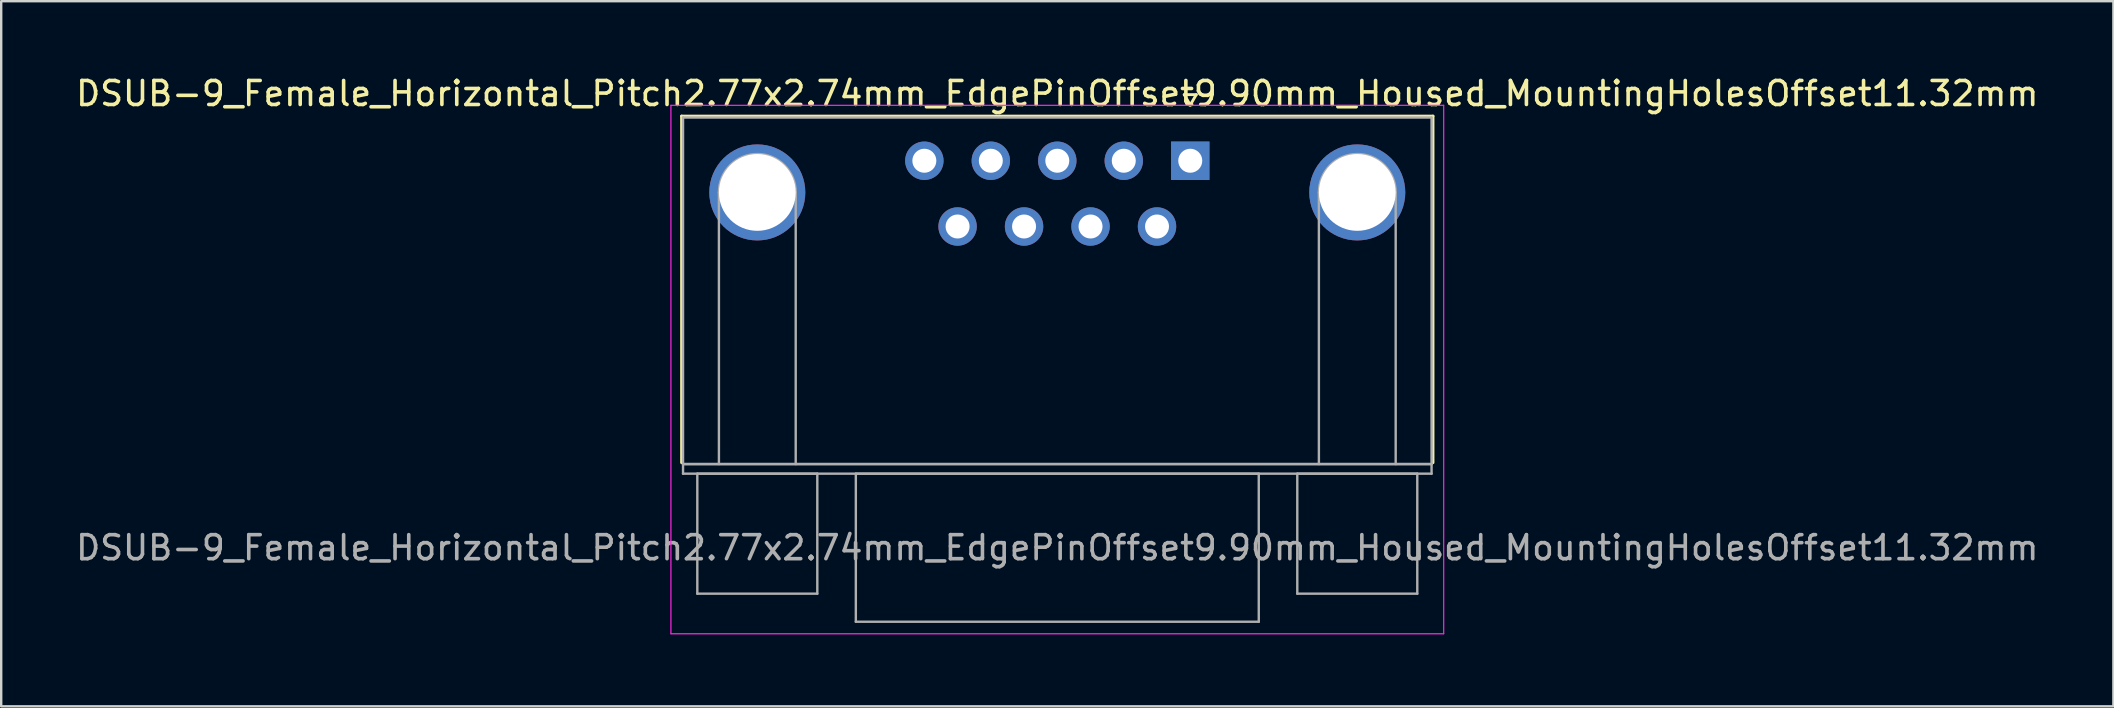
<source format=kicad_pcb>
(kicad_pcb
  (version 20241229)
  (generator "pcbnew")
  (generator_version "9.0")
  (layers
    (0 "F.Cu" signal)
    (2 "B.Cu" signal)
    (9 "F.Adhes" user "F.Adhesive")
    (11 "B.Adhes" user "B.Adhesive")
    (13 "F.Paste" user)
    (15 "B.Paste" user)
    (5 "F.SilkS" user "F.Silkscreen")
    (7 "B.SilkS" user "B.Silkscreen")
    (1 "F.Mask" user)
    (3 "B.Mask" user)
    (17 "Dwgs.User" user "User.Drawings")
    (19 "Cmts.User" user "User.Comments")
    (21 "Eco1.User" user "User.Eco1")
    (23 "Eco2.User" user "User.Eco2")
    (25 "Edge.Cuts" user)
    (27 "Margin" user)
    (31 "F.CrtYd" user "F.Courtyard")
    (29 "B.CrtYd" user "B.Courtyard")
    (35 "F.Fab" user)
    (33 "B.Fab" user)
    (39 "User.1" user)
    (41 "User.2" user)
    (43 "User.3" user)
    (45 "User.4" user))
  (footprint "DSUB-9_Female_Horizontal_Pitch2.77x2.74mm_EdgePinOffset9.90mm_Housed_MountingHolesOffset11.32mm"
    (layer "F.Cu")
    (at 46.546 3.648)
    (property "Reference" "DSUB-9_Female_Horizontal_Pitch2.77x2.74mm_EdgePinOffset9.90mm_Housed_MountingHolesOffset11.32mm" (at -5.54 -2.8 0) (layer "F.SilkS") (effects (font (size 1 1) (thickness 0.15))))
    (attr through_hole)
    (fp_line (start -21.195 -1.86) (end 10.115 -1.86) (stroke (width 0.12) (type solid)) (layer "F.SilkS"))
    (fp_line (start -21.195 12.58) (end -21.195 -1.86) (stroke (width 0.12) (type solid)) (layer "F.SilkS"))
    (fp_line (start -0.25 -2.754) (end 0.25 -2.754) (stroke (width 0.12) (type solid)) (layer "F.SilkS"))
    (fp_line (start 0 -2.321) (end -0.25 -2.754) (stroke (width 0.12) (type solid)) (layer "F.SilkS"))
    (fp_line (start 0.25 -2.754) (end 0 -2.321) (stroke (width 0.12) (type solid)) (layer "F.SilkS"))
    (fp_line (start 10.115 -1.86) (end 10.115 12.58) (stroke (width 0.12) (type solid)) (layer "F.SilkS"))
    (fp_line (start -21.64 -2.31) (end -21.64 19.71) (stroke (width 0.05) (type solid)) (layer "F.CrtYd"))
    (fp_line (start -21.64 19.71) (end 10.56 19.71) (stroke (width 0.05) (type solid)) (layer "F.CrtYd"))
    (fp_line (start 10.56 -2.31) (end -21.64 -2.31) (stroke (width 0.05) (type solid)) (layer "F.CrtYd"))
    (fp_line (start 10.56 19.71) (end 10.56 -2.31) (stroke (width 0.05) (type solid)) (layer "F.CrtYd"))
    (fp_line (start -21.135 -1.8) (end -21.135 12.64) (stroke (width 0.1) (type solid)) (layer "F.Fab"))
    (fp_line (start -21.135 12.64) (end -21.135 13.04) (stroke (width 0.1) (type solid)) (layer "F.Fab"))
    (fp_line (start -21.135 12.64) (end 10.055 12.64) (stroke (width 0.1) (type solid)) (layer "F.Fab"))
    (fp_line (start -21.135 13.04) (end 10.055 13.04) (stroke (width 0.1) (type solid)) (layer "F.Fab"))
    (fp_line (start -20.54 13.04) (end -20.54 18.04) (stroke (width 0.1) (type solid)) (layer "F.Fab"))
    (fp_line (start -20.54 18.04) (end -15.54 18.04) (stroke (width 0.1) (type solid)) (layer "F.Fab"))
    (fp_line (start -19.64 12.64) (end -19.64 1.32) (stroke (width 0.1) (type solid)) (layer "F.Fab"))
    (fp_line (start -16.44 12.64) (end -16.44 1.32) (stroke (width 0.1) (type solid)) (layer "F.Fab"))
    (fp_line (start -15.54 13.04) (end -20.54 13.04) (stroke (width 0.1) (type solid)) (layer "F.Fab"))
    (fp_line (start -15.54 18.04) (end -15.54 13.04) (stroke (width 0.1) (type solid)) (layer "F.Fab"))
    (fp_line (start -13.935 13.04) (end -13.935 19.21) (stroke (width 0.1) (type solid)) (layer "F.Fab"))
    (fp_line (start -13.935 19.21) (end 2.855 19.21) (stroke (width 0.1) (type solid)) (layer "F.Fab"))
    (fp_line (start 2.855 13.04) (end -13.935 13.04) (stroke (width 0.1) (type solid)) (layer "F.Fab"))
    (fp_line (start 2.855 19.21) (end 2.855 13.04) (stroke (width 0.1) (type solid)) (layer "F.Fab"))
    (fp_line (start 4.46 13.04) (end 4.46 18.04) (stroke (width 0.1) (type solid)) (layer "F.Fab"))
    (fp_line (start 4.46 18.04) (end 9.46 18.04) (stroke (width 0.1) (type solid)) (layer "F.Fab"))
    (fp_line (start 5.36 12.64) (end 5.36 1.32) (stroke (width 0.1) (type solid)) (layer "F.Fab"))
    (fp_line (start 8.56 12.64) (end 8.56 1.32) (stroke (width 0.1) (type solid)) (layer "F.Fab"))
    (fp_line (start 9.46 13.04) (end 4.46 13.04) (stroke (width 0.1) (type solid)) (layer "F.Fab"))
    (fp_line (start 9.46 18.04) (end 9.46 13.04) (stroke (width 0.1) (type solid)) (layer "F.Fab"))
    (fp_line (start 10.055 -1.8) (end -21.135 -1.8) (stroke (width 0.1) (type solid)) (layer "F.Fab"))
    (fp_line (start 10.055 12.64) (end -21.135 12.64) (stroke (width 0.1) (type solid)) (layer "F.Fab"))
    (fp_line (start 10.055 12.64) (end 10.055 -1.8) (stroke (width 0.1) (type solid)) (layer "F.Fab"))
    (fp_line (start 10.055 13.04) (end 10.055 12.64) (stroke (width 0.1) (type solid)) (layer "F.Fab"))
    (fp_arc (start -19.64 1.32) (mid -18.04 -0.28) (end -16.44 1.32) (stroke (width 0.1) (type solid)) (layer "F.Fab"))
    (fp_arc (start 5.36 1.32) (mid 6.96 -0.28) (end 8.56 1.32) (stroke (width 0.1) (type solid)) (layer "F.Fab"))
    (fp_text user "${REFERENCE}" (at -5.54 16.125 0) (layer "F.Fab") (effects (font (size 1 1) (thickness 0.15))))
    (pad "0" thru_hole circle (at -18.04 1.32) (size 4 4) (drill 3.2) (layers "*.Cu" "*.Mask"))
    (pad "0" thru_hole circle (at 6.96 1.32) (size 4 4) (drill 3.2) (layers "*.Cu" "*.Mask"))
    (pad "1" thru_hole rect (at 0 0) (size 1.6 1.6) (drill 1) (layers "*.Cu" "*.Mask"))
    (pad "2" thru_hole circle (at -2.77 0) (size 1.6 1.6) (drill 1) (layers "*.Cu" "*.Mask"))
    (pad "3" thru_hole circle (at -5.54 0) (size 1.6 1.6) (drill 1) (layers "*.Cu" "*.Mask"))
    (pad "4" thru_hole circle (at -8.31 0) (size 1.6 1.6) (drill 1) (layers "*.Cu" "*.Mask"))
    (pad "5" thru_hole circle (at -11.08 0) (size 1.6 1.6) (drill 1) (layers "*.Cu" "*.Mask"))
    (pad "6" thru_hole circle (at -1.385 2.74) (size 1.6 1.6) (drill 1) (layers "*.Cu" "*.Mask"))
    (pad "7" thru_hole circle (at -4.155 2.74) (size 1.6 1.6) (drill 1) (layers "*.Cu" "*.Mask"))
    (pad "8" thru_hole circle (at -6.925 2.74) (size 1.6 1.6) (drill 1) (layers "*.Cu" "*.Mask"))
    (pad "9" thru_hole circle (at -9.695 2.74) (size 1.6 1.6) (drill 1) (layers "*.Cu" "*.Mask")))
  (gr_rect
    (start -3 -3)
    (end 85.012 26.383)
    (stroke (width 0.1) (type default))
    (fill no)
    (layer "Edge.Cuts")))
</source>
